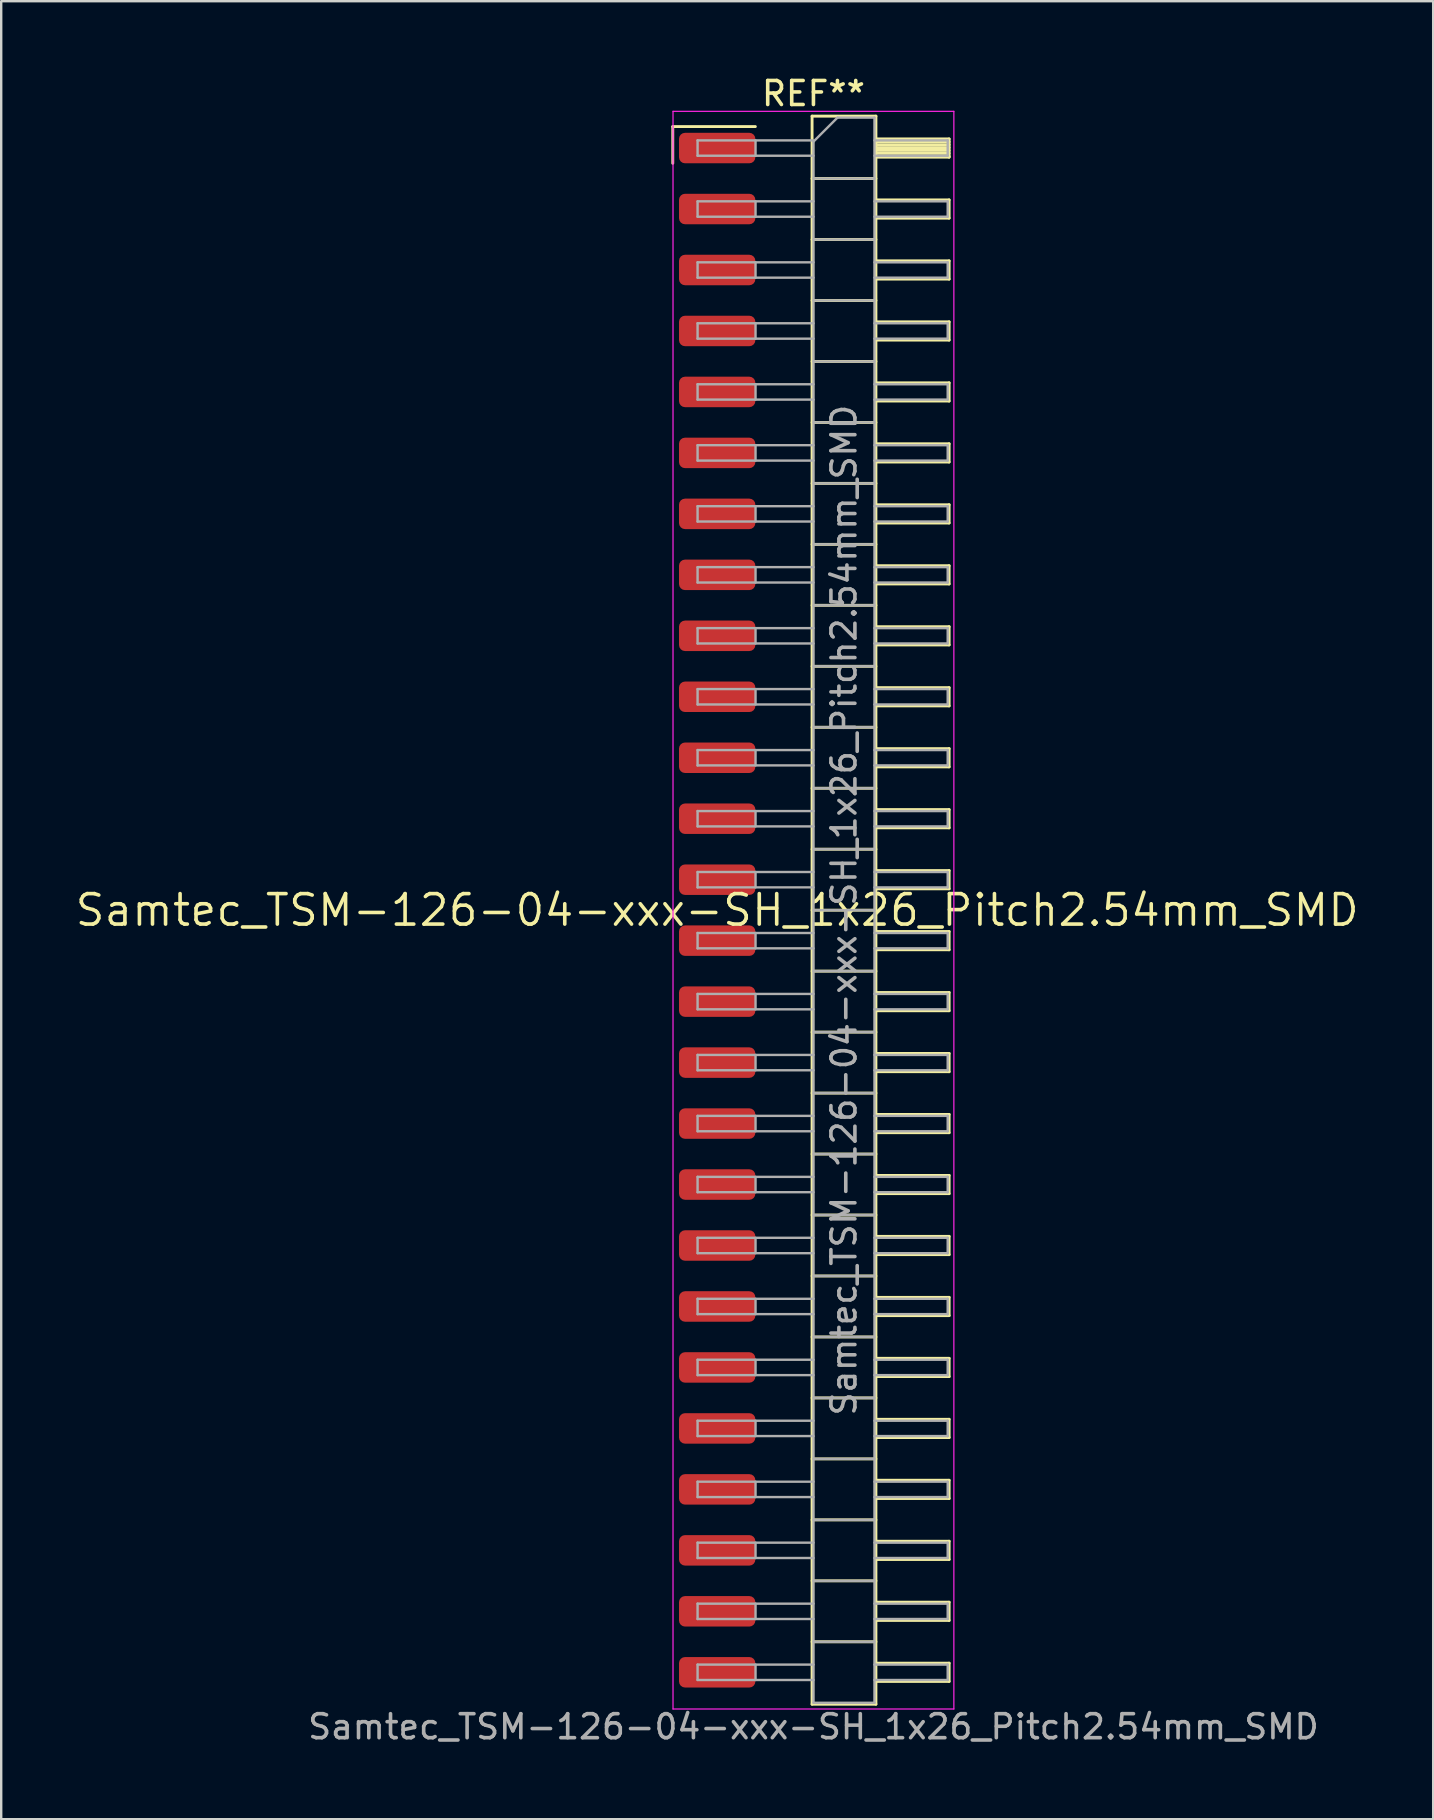
<source format=kicad_pcb>
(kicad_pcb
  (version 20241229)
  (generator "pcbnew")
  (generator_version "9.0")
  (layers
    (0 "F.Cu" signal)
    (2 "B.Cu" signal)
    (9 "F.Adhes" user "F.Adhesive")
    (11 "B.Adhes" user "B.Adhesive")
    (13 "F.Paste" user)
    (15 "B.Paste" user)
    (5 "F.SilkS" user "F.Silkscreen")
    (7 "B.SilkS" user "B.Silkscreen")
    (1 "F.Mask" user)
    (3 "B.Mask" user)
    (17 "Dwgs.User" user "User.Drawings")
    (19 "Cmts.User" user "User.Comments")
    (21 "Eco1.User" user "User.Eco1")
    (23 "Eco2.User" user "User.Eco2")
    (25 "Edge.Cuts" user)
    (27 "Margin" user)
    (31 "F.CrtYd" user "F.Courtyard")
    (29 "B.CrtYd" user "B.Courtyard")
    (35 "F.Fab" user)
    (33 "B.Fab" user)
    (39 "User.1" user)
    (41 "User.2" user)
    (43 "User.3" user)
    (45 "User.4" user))
  (footprint "Samtec_TSM-126-04-xxx-SH_1x26_Pitch2.54mm_SMD"
    (layer "F.Cu")
    (at 26.828 34.868)
    (property "Reference" "Samtec_TSM-126-04-xxx-SH_1x26_Pitch2.54mm_SMD" (at 0 0 0) (layer "F.SilkS") (effects (font (size 1.27 1.27) (thickness 0.15))))
    (attr smd)
    (fp_line (start -1.85 -32.645) (end 1.59 -32.645) (stroke (width 0.12) (type solid)) (layer "F.SilkS"))
    (fp_line (start -1.85 -31.115) (end -1.85 -32.645) (stroke (width 0.12) (type solid)) (layer "F.SilkS"))
    (fp_line (start 3.953 -33.08) (end 6.613 -33.08) (stroke (width 0.12) (type solid)) (layer "F.SilkS"))
    (fp_line (start 3.953 -30.48) (end 6.613 -30.48) (stroke (width 0.12) (type solid)) (layer "F.SilkS"))
    (fp_line (start 3.953 -27.94) (end 6.613 -27.94) (stroke (width 0.12) (type solid)) (layer "F.SilkS"))
    (fp_line (start 3.953 -25.4) (end 6.613 -25.4) (stroke (width 0.12) (type solid)) (layer "F.SilkS"))
    (fp_line (start 3.953 -22.86) (end 6.613 -22.86) (stroke (width 0.12) (type solid)) (layer "F.SilkS"))
    (fp_line (start 3.953 -20.32) (end 6.613 -20.32) (stroke (width 0.12) (type solid)) (layer "F.SilkS"))
    (fp_line (start 3.953 -17.78) (end 6.613 -17.78) (stroke (width 0.12) (type solid)) (layer "F.SilkS"))
    (fp_line (start 3.953 -15.24) (end 6.613 -15.24) (stroke (width 0.12) (type solid)) (layer "F.SilkS"))
    (fp_line (start 3.953 -12.7) (end 6.613 -12.7) (stroke (width 0.12) (type solid)) (layer "F.SilkS"))
    (fp_line (start 3.953 -10.16) (end 6.613 -10.16) (stroke (width 0.12) (type solid)) (layer "F.SilkS"))
    (fp_line (start 3.953 -7.62) (end 6.613 -7.62) (stroke (width 0.12) (type solid)) (layer "F.SilkS"))
    (fp_line (start 3.953 -5.08) (end 6.613 -5.08) (stroke (width 0.12) (type solid)) (layer "F.SilkS"))
    (fp_line (start 3.953 -2.54) (end 6.613 -2.54) (stroke (width 0.12) (type solid)) (layer "F.SilkS"))
    (fp_line (start 3.953 0) (end 6.613 0) (stroke (width 0.12) (type solid)) (layer "F.SilkS"))
    (fp_line (start 3.953 2.54) (end 6.613 2.54) (stroke (width 0.12) (type solid)) (layer "F.SilkS"))
    (fp_line (start 3.953 5.08) (end 6.613 5.08) (stroke (width 0.12) (type solid)) (layer "F.SilkS"))
    (fp_line (start 3.953 7.62) (end 6.613 7.62) (stroke (width 0.12) (type solid)) (layer "F.SilkS"))
    (fp_line (start 3.953 10.16) (end 6.613 10.16) (stroke (width 0.12) (type solid)) (layer "F.SilkS"))
    (fp_line (start 3.953 12.7) (end 6.613 12.7) (stroke (width 0.12) (type solid)) (layer "F.SilkS"))
    (fp_line (start 3.953 15.24) (end 6.613 15.24) (stroke (width 0.12) (type solid)) (layer "F.SilkS"))
    (fp_line (start 3.953 17.78) (end 6.613 17.78) (stroke (width 0.12) (type solid)) (layer "F.SilkS"))
    (fp_line (start 3.953 20.32) (end 6.613 20.32) (stroke (width 0.12) (type solid)) (layer "F.SilkS"))
    (fp_line (start 3.953 22.86) (end 6.613 22.86) (stroke (width 0.12) (type solid)) (layer "F.SilkS"))
    (fp_line (start 3.953 25.4) (end 6.613 25.4) (stroke (width 0.12) (type solid)) (layer "F.SilkS"))
    (fp_line (start 3.953 27.94) (end 6.613 27.94) (stroke (width 0.12) (type solid)) (layer "F.SilkS"))
    (fp_line (start 3.953 30.48) (end 6.613 30.48) (stroke (width 0.12) (type solid)) (layer "F.SilkS"))
    (fp_line (start 3.953 33.08) (end 3.953 -33.08) (stroke (width 0.12) (type solid)) (layer "F.SilkS"))
    (fp_line (start 6.613 -33.08) (end 6.613 33.08) (stroke (width 0.12) (type solid)) (layer "F.SilkS"))
    (fp_line (start 6.613 -32.13) (end 9.663 -32.13) (stroke (width 0.12) (type solid)) (layer "F.SilkS"))
    (fp_line (start 6.613 -32.01) (end 9.663 -32.01) (stroke (width 0.12) (type solid)) (layer "F.SilkS"))
    (fp_line (start 6.613 -31.89) (end 9.663 -31.89) (stroke (width 0.12) (type solid)) (layer "F.SilkS"))
    (fp_line (start 6.613 -31.77) (end 9.663 -31.77) (stroke (width 0.12) (type solid)) (layer "F.SilkS"))
    (fp_line (start 6.613 -31.65) (end 9.663 -31.65) (stroke (width 0.12) (type solid)) (layer "F.SilkS"))
    (fp_line (start 6.613 -31.53) (end 9.663 -31.53) (stroke (width 0.12) (type solid)) (layer "F.SilkS"))
    (fp_line (start 6.613 -31.41) (end 9.663 -31.41) (stroke (width 0.12) (type solid)) (layer "F.SilkS"))
    (fp_line (start 6.613 -31.37) (end 9.663 -31.37) (stroke (width 0.12) (type solid)) (layer "F.SilkS"))
    (fp_line (start 6.613 -29.59) (end 9.663 -29.59) (stroke (width 0.12) (type solid)) (layer "F.SilkS"))
    (fp_line (start 6.613 -28.83) (end 9.663 -28.83) (stroke (width 0.12) (type solid)) (layer "F.SilkS"))
    (fp_line (start 6.613 -27.05) (end 9.663 -27.05) (stroke (width 0.12) (type solid)) (layer "F.SilkS"))
    (fp_line (start 6.613 -26.29) (end 9.663 -26.29) (stroke (width 0.12) (type solid)) (layer "F.SilkS"))
    (fp_line (start 6.613 -24.51) (end 9.663 -24.51) (stroke (width 0.12) (type solid)) (layer "F.SilkS"))
    (fp_line (start 6.613 -23.75) (end 9.663 -23.75) (stroke (width 0.12) (type solid)) (layer "F.SilkS"))
    (fp_line (start 6.613 -21.97) (end 9.663 -21.97) (stroke (width 0.12) (type solid)) (layer "F.SilkS"))
    (fp_line (start 6.613 -21.21) (end 9.663 -21.21) (stroke (width 0.12) (type solid)) (layer "F.SilkS"))
    (fp_line (start 6.613 -19.43) (end 9.663 -19.43) (stroke (width 0.12) (type solid)) (layer "F.SilkS"))
    (fp_line (start 6.613 -18.67) (end 9.663 -18.67) (stroke (width 0.12) (type solid)) (layer "F.SilkS"))
    (fp_line (start 6.613 -16.89) (end 9.663 -16.89) (stroke (width 0.12) (type solid)) (layer "F.SilkS"))
    (fp_line (start 6.613 -16.13) (end 9.663 -16.13) (stroke (width 0.12) (type solid)) (layer "F.SilkS"))
    (fp_line (start 6.613 -14.35) (end 9.663 -14.35) (stroke (width 0.12) (type solid)) (layer "F.SilkS"))
    (fp_line (start 6.613 -13.59) (end 9.663 -13.59) (stroke (width 0.12) (type solid)) (layer "F.SilkS"))
    (fp_line (start 6.613 -11.81) (end 9.663 -11.81) (stroke (width 0.12) (type solid)) (layer "F.SilkS"))
    (fp_line (start 6.613 -11.05) (end 9.663 -11.05) (stroke (width 0.12) (type solid)) (layer "F.SilkS"))
    (fp_line (start 6.613 -9.27) (end 9.663 -9.27) (stroke (width 0.12) (type solid)) (layer "F.SilkS"))
    (fp_line (start 6.613 -8.51) (end 9.663 -8.51) (stroke (width 0.12) (type solid)) (layer "F.SilkS"))
    (fp_line (start 6.613 -6.73) (end 9.663 -6.73) (stroke (width 0.12) (type solid)) (layer "F.SilkS"))
    (fp_line (start 6.613 -5.97) (end 9.663 -5.97) (stroke (width 0.12) (type solid)) (layer "F.SilkS"))
    (fp_line (start 6.613 -4.19) (end 9.663 -4.19) (stroke (width 0.12) (type solid)) (layer "F.SilkS"))
    (fp_line (start 6.613 -3.43) (end 9.663 -3.43) (stroke (width 0.12) (type solid)) (layer "F.SilkS"))
    (fp_line (start 6.613 -1.65) (end 9.663 -1.65) (stroke (width 0.12) (type solid)) (layer "F.SilkS"))
    (fp_line (start 6.613 -0.89) (end 9.663 -0.89) (stroke (width 0.12) (type solid)) (layer "F.SilkS"))
    (fp_line (start 6.613 0.89) (end 9.663 0.89) (stroke (width 0.12) (type solid)) (layer "F.SilkS"))
    (fp_line (start 6.613 1.65) (end 9.663 1.65) (stroke (width 0.12) (type solid)) (layer "F.SilkS"))
    (fp_line (start 6.613 3.43) (end 9.663 3.43) (stroke (width 0.12) (type solid)) (layer "F.SilkS"))
    (fp_line (start 6.613 4.19) (end 9.663 4.19) (stroke (width 0.12) (type solid)) (layer "F.SilkS"))
    (fp_line (start 6.613 5.97) (end 9.663 5.97) (stroke (width 0.12) (type solid)) (layer "F.SilkS"))
    (fp_line (start 6.613 6.73) (end 9.663 6.73) (stroke (width 0.12) (type solid)) (layer "F.SilkS"))
    (fp_line (start 6.613 8.51) (end 9.663 8.51) (stroke (width 0.12) (type solid)) (layer "F.SilkS"))
    (fp_line (start 6.613 9.27) (end 9.663 9.27) (stroke (width 0.12) (type solid)) (layer "F.SilkS"))
    (fp_line (start 6.613 11.05) (end 9.663 11.05) (stroke (width 0.12) (type solid)) (layer "F.SilkS"))
    (fp_line (start 6.613 11.81) (end 9.663 11.81) (stroke (width 0.12) (type solid)) (layer "F.SilkS"))
    (fp_line (start 6.613 13.59) (end 9.663 13.59) (stroke (width 0.12) (type solid)) (layer "F.SilkS"))
    (fp_line (start 6.613 14.35) (end 9.663 14.35) (stroke (width 0.12) (type solid)) (layer "F.SilkS"))
    (fp_line (start 6.613 16.13) (end 9.663 16.13) (stroke (width 0.12) (type solid)) (layer "F.SilkS"))
    (fp_line (start 6.613 16.89) (end 9.663 16.89) (stroke (width 0.12) (type solid)) (layer "F.SilkS"))
    (fp_line (start 6.613 18.67) (end 9.663 18.67) (stroke (width 0.12) (type solid)) (layer "F.SilkS"))
    (fp_line (start 6.613 19.43) (end 9.663 19.43) (stroke (width 0.12) (type solid)) (layer "F.SilkS"))
    (fp_line (start 6.613 21.21) (end 9.663 21.21) (stroke (width 0.12) (type solid)) (layer "F.SilkS"))
    (fp_line (start 6.613 21.97) (end 9.663 21.97) (stroke (width 0.12) (type solid)) (layer "F.SilkS"))
    (fp_line (start 6.613 23.75) (end 9.663 23.75) (stroke (width 0.12) (type solid)) (layer "F.SilkS"))
    (fp_line (start 6.613 24.51) (end 9.663 24.51) (stroke (width 0.12) (type solid)) (layer "F.SilkS"))
    (fp_line (start 6.613 26.29) (end 9.663 26.29) (stroke (width 0.12) (type solid)) (layer "F.SilkS"))
    (fp_line (start 6.613 27.05) (end 9.663 27.05) (stroke (width 0.12) (type solid)) (layer "F.SilkS"))
    (fp_line (start 6.613 28.83) (end 9.663 28.83) (stroke (width 0.12) (type solid)) (layer "F.SilkS"))
    (fp_line (start 6.613 29.59) (end 9.663 29.59) (stroke (width 0.12) (type solid)) (layer "F.SilkS"))
    (fp_line (start 6.613 31.37) (end 9.663 31.37) (stroke (width 0.12) (type solid)) (layer "F.SilkS"))
    (fp_line (start 6.613 32.13) (end 9.663 32.13) (stroke (width 0.12) (type solid)) (layer "F.SilkS"))
    (fp_line (start 6.613 33.08) (end 3.953 33.08) (stroke (width 0.12) (type solid)) (layer "F.SilkS"))
    (fp_line (start 9.663 -32.13) (end 9.663 -31.37) (stroke (width 0.12) (type solid)) (layer "F.SilkS"))
    (fp_line (start 9.663 -29.59) (end 9.663 -28.83) (stroke (width 0.12) (type solid)) (layer "F.SilkS"))
    (fp_line (start 9.663 -27.05) (end 9.663 -26.29) (stroke (width 0.12) (type solid)) (layer "F.SilkS"))
    (fp_line (start 9.663 -24.51) (end 9.663 -23.75) (stroke (width 0.12) (type solid)) (layer "F.SilkS"))
    (fp_line (start 9.663 -21.97) (end 9.663 -21.21) (stroke (width 0.12) (type solid)) (layer "F.SilkS"))
    (fp_line (start 9.663 -19.43) (end 9.663 -18.67) (stroke (width 0.12) (type solid)) (layer "F.SilkS"))
    (fp_line (start 9.663 -16.89) (end 9.663 -16.13) (stroke (width 0.12) (type solid)) (layer "F.SilkS"))
    (fp_line (start 9.663 -14.35) (end 9.663 -13.59) (stroke (width 0.12) (type solid)) (layer "F.SilkS"))
    (fp_line (start 9.663 -11.81) (end 9.663 -11.05) (stroke (width 0.12) (type solid)) (layer "F.SilkS"))
    (fp_line (start 9.663 -9.27) (end 9.663 -8.51) (stroke (width 0.12) (type solid)) (layer "F.SilkS"))
    (fp_line (start 9.663 -6.73) (end 9.663 -5.97) (stroke (width 0.12) (type solid)) (layer "F.SilkS"))
    (fp_line (start 9.663 -4.19) (end 9.663 -3.43) (stroke (width 0.12) (type solid)) (layer "F.SilkS"))
    (fp_line (start 9.663 -1.65) (end 9.663 -0.89) (stroke (width 0.12) (type solid)) (layer "F.SilkS"))
    (fp_line (start 9.663 0.89) (end 9.663 1.65) (stroke (width 0.12) (type solid)) (layer "F.SilkS"))
    (fp_line (start 9.663 3.43) (end 9.663 4.19) (stroke (width 0.12) (type solid)) (layer "F.SilkS"))
    (fp_line (start 9.663 5.97) (end 9.663 6.73) (stroke (width 0.12) (type solid)) (layer "F.SilkS"))
    (fp_line (start 9.663 8.51) (end 9.663 9.27) (stroke (width 0.12) (type solid)) (layer "F.SilkS"))
    (fp_line (start 9.663 11.05) (end 9.663 11.81) (stroke (width 0.12) (type solid)) (layer "F.SilkS"))
    (fp_line (start 9.663 13.59) (end 9.663 14.35) (stroke (width 0.12) (type solid)) (layer "F.SilkS"))
    (fp_line (start 9.663 16.13) (end 9.663 16.89) (stroke (width 0.12) (type solid)) (layer "F.SilkS"))
    (fp_line (start 9.663 18.67) (end 9.663 19.43) (stroke (width 0.12) (type solid)) (layer "F.SilkS"))
    (fp_line (start 9.663 21.21) (end 9.663 21.97) (stroke (width 0.12) (type solid)) (layer "F.SilkS"))
    (fp_line (start 9.663 23.75) (end 9.663 24.51) (stroke (width 0.12) (type solid)) (layer "F.SilkS"))
    (fp_line (start 9.663 26.29) (end 9.663 27.05) (stroke (width 0.12) (type solid)) (layer "F.SilkS"))
    (fp_line (start 9.663 28.83) (end 9.663 29.59) (stroke (width 0.12) (type solid)) (layer "F.SilkS"))
    (fp_line (start 9.663 31.37) (end 9.663 32.13) (stroke (width 0.12) (type solid)) (layer "F.SilkS"))
    (fp_line (start -1.84 -33.28) (end 9.86 -33.28) (stroke (width 0.05) (type solid)) (layer "F.CrtYd"))
    (fp_line (start -1.84 33.28) (end -1.84 -33.28) (stroke (width 0.05) (type solid)) (layer "F.CrtYd"))
    (fp_line (start 9.86 -33.28) (end 9.86 33.28) (stroke (width 0.05) (type solid)) (layer "F.CrtYd"))
    (fp_line (start 9.86 33.28) (end -1.84 33.28) (stroke (width 0.05) (type solid)) (layer "F.CrtYd"))
    (fp_line (start -0.817 -32.07) (end -0.817 -31.43) (stroke (width 0.1) (type solid)) (layer "F.Fab"))
    (fp_line (start -0.817 -32.07) (end 4.013 -32.07) (stroke (width 0.1) (type solid)) (layer "F.Fab"))
    (fp_line (start -0.817 -31.43) (end 4.013 -31.43) (stroke (width 0.1) (type solid)) (layer "F.Fab"))
    (fp_line (start -0.817 -29.53) (end -0.817 -28.89) (stroke (width 0.1) (type solid)) (layer "F.Fab"))
    (fp_line (start -0.817 -29.53) (end 4.013 -29.53) (stroke (width 0.1) (type solid)) (layer "F.Fab"))
    (fp_line (start -0.817 -28.89) (end 4.013 -28.89) (stroke (width 0.1) (type solid)) (layer "F.Fab"))
    (fp_line (start -0.817 -26.99) (end -0.817 -26.35) (stroke (width 0.1) (type solid)) (layer "F.Fab"))
    (fp_line (start -0.817 -26.99) (end 4.013 -26.99) (stroke (width 0.1) (type solid)) (layer "F.Fab"))
    (fp_line (start -0.817 -26.35) (end 4.013 -26.35) (stroke (width 0.1) (type solid)) (layer "F.Fab"))
    (fp_line (start -0.817 -24.45) (end -0.817 -23.81) (stroke (width 0.1) (type solid)) (layer "F.Fab"))
    (fp_line (start -0.817 -24.45) (end 4.013 -24.45) (stroke (width 0.1) (type solid)) (layer "F.Fab"))
    (fp_line (start -0.817 -23.81) (end 4.013 -23.81) (stroke (width 0.1) (type solid)) (layer "F.Fab"))
    (fp_line (start -0.817 -21.91) (end -0.817 -21.27) (stroke (width 0.1) (type solid)) (layer "F.Fab"))
    (fp_line (start -0.817 -21.91) (end 4.013 -21.91) (stroke (width 0.1) (type solid)) (layer "F.Fab"))
    (fp_line (start -0.817 -21.27) (end 4.013 -21.27) (stroke (width 0.1) (type solid)) (layer "F.Fab"))
    (fp_line (start -0.817 -19.37) (end -0.817 -18.73) (stroke (width 0.1) (type solid)) (layer "F.Fab"))
    (fp_line (start -0.817 -19.37) (end 4.013 -19.37) (stroke (width 0.1) (type solid)) (layer "F.Fab"))
    (fp_line (start -0.817 -18.73) (end 4.013 -18.73) (stroke (width 0.1) (type solid)) (layer "F.Fab"))
    (fp_line (start -0.817 -16.83) (end -0.817 -16.19) (stroke (width 0.1) (type solid)) (layer "F.Fab"))
    (fp_line (start -0.817 -16.83) (end 4.013 -16.83) (stroke (width 0.1) (type solid)) (layer "F.Fab"))
    (fp_line (start -0.817 -16.19) (end 4.013 -16.19) (stroke (width 0.1) (type solid)) (layer "F.Fab"))
    (fp_line (start -0.817 -14.29) (end -0.817 -13.65) (stroke (width 0.1) (type solid)) (layer "F.Fab"))
    (fp_line (start -0.817 -14.29) (end 4.013 -14.29) (stroke (width 0.1) (type solid)) (layer "F.Fab"))
    (fp_line (start -0.817 -13.65) (end 4.013 -13.65) (stroke (width 0.1) (type solid)) (layer "F.Fab"))
    (fp_line (start -0.817 -11.75) (end -0.817 -11.11) (stroke (width 0.1) (type solid)) (layer "F.Fab"))
    (fp_line (start -0.817 -11.75) (end 4.013 -11.75) (stroke (width 0.1) (type solid)) (layer "F.Fab"))
    (fp_line (start -0.817 -11.11) (end 4.013 -11.11) (stroke (width 0.1) (type solid)) (layer "F.Fab"))
    (fp_line (start -0.817 -9.21) (end -0.817 -8.57) (stroke (width 0.1) (type solid)) (layer "F.Fab"))
    (fp_line (start -0.817 -9.21) (end 4.013 -9.21) (stroke (width 0.1) (type solid)) (layer "F.Fab"))
    (fp_line (start -0.817 -8.57) (end 4.013 -8.57) (stroke (width 0.1) (type solid)) (layer "F.Fab"))
    (fp_line (start -0.817 -6.67) (end -0.817 -6.03) (stroke (width 0.1) (type solid)) (layer "F.Fab"))
    (fp_line (start -0.817 -6.67) (end 4.013 -6.67) (stroke (width 0.1) (type solid)) (layer "F.Fab"))
    (fp_line (start -0.817 -6.03) (end 4.013 -6.03) (stroke (width 0.1) (type solid)) (layer "F.Fab"))
    (fp_line (start -0.817 -4.13) (end -0.817 -3.49) (stroke (width 0.1) (type solid)) (layer "F.Fab"))
    (fp_line (start -0.817 -4.13) (end 4.013 -4.13) (stroke (width 0.1) (type solid)) (layer "F.Fab"))
    (fp_line (start -0.817 -3.49) (end 4.013 -3.49) (stroke (width 0.1) (type solid)) (layer "F.Fab"))
    (fp_line (start -0.817 -1.59) (end -0.817 -0.95) (stroke (width 0.1) (type solid)) (layer "F.Fab"))
    (fp_line (start -0.817 -1.59) (end 4.013 -1.59) (stroke (width 0.1) (type solid)) (layer "F.Fab"))
    (fp_line (start -0.817 -0.95) (end 4.013 -0.95) (stroke (width 0.1) (type solid)) (layer "F.Fab"))
    (fp_line (start -0.817 0.95) (end -0.817 1.59) (stroke (width 0.1) (type solid)) (layer "F.Fab"))
    (fp_line (start -0.817 0.95) (end 4.013 0.95) (stroke (width 0.1) (type solid)) (layer "F.Fab"))
    (fp_line (start -0.817 1.59) (end 4.013 1.59) (stroke (width 0.1) (type solid)) (layer "F.Fab"))
    (fp_line (start -0.817 3.49) (end -0.817 4.13) (stroke (width 0.1) (type solid)) (layer "F.Fab"))
    (fp_line (start -0.817 3.49) (end 4.013 3.49) (stroke (width 0.1) (type solid)) (layer "F.Fab"))
    (fp_line (start -0.817 4.13) (end 4.013 4.13) (stroke (width 0.1) (type solid)) (layer "F.Fab"))
    (fp_line (start -0.817 6.03) (end -0.817 6.67) (stroke (width 0.1) (type solid)) (layer "F.Fab"))
    (fp_line (start -0.817 6.03) (end 4.013 6.03) (stroke (width 0.1) (type solid)) (layer "F.Fab"))
    (fp_line (start -0.817 6.67) (end 4.013 6.67) (stroke (width 0.1) (type solid)) (layer "F.Fab"))
    (fp_line (start -0.817 8.57) (end -0.817 9.21) (stroke (width 0.1) (type solid)) (layer "F.Fab"))
    (fp_line (start -0.817 8.57) (end 4.013 8.57) (stroke (width 0.1) (type solid)) (layer "F.Fab"))
    (fp_line (start -0.817 9.21) (end 4.013 9.21) (stroke (width 0.1) (type solid)) (layer "F.Fab"))
    (fp_line (start -0.817 11.11) (end -0.817 11.75) (stroke (width 0.1) (type solid)) (layer "F.Fab"))
    (fp_line (start -0.817 11.11) (end 4.013 11.11) (stroke (width 0.1) (type solid)) (layer "F.Fab"))
    (fp_line (start -0.817 11.75) (end 4.013 11.75) (stroke (width 0.1) (type solid)) (layer "F.Fab"))
    (fp_line (start -0.817 13.65) (end -0.817 14.29) (stroke (width 0.1) (type solid)) (layer "F.Fab"))
    (fp_line (start -0.817 13.65) (end 4.013 13.65) (stroke (width 0.1) (type solid)) (layer "F.Fab"))
    (fp_line (start -0.817 14.29) (end 4.013 14.29) (stroke (width 0.1) (type solid)) (layer "F.Fab"))
    (fp_line (start -0.817 16.19) (end -0.817 16.83) (stroke (width 0.1) (type solid)) (layer "F.Fab"))
    (fp_line (start -0.817 16.19) (end 4.013 16.19) (stroke (width 0.1) (type solid)) (layer "F.Fab"))
    (fp_line (start -0.817 16.83) (end 4.013 16.83) (stroke (width 0.1) (type solid)) (layer "F.Fab"))
    (fp_line (start -0.817 18.73) (end -0.817 19.37) (stroke (width 0.1) (type solid)) (layer "F.Fab"))
    (fp_line (start -0.817 18.73) (end 4.013 18.73) (stroke (width 0.1) (type solid)) (layer "F.Fab"))
    (fp_line (start -0.817 19.37) (end 4.013 19.37) (stroke (width 0.1) (type solid)) (layer "F.Fab"))
    (fp_line (start -0.817 21.27) (end -0.817 21.91) (stroke (width 0.1) (type solid)) (layer "F.Fab"))
    (fp_line (start -0.817 21.27) (end 4.013 21.27) (stroke (width 0.1) (type solid)) (layer "F.Fab"))
    (fp_line (start -0.817 21.91) (end 4.013 21.91) (stroke (width 0.1) (type solid)) (layer "F.Fab"))
    (fp_line (start -0.817 23.81) (end -0.817 24.45) (stroke (width 0.1) (type solid)) (layer "F.Fab"))
    (fp_line (start -0.817 23.81) (end 4.013 23.81) (stroke (width 0.1) (type solid)) (layer "F.Fab"))
    (fp_line (start -0.817 24.45) (end 4.013 24.45) (stroke (width 0.1) (type solid)) (layer "F.Fab"))
    (fp_line (start -0.817 26.35) (end -0.817 26.99) (stroke (width 0.1) (type solid)) (layer "F.Fab"))
    (fp_line (start -0.817 26.35) (end 4.013 26.35) (stroke (width 0.1) (type solid)) (layer "F.Fab"))
    (fp_line (start -0.817 26.99) (end 4.013 26.99) (stroke (width 0.1) (type solid)) (layer "F.Fab"))
    (fp_line (start -0.817 28.89) (end -0.817 29.53) (stroke (width 0.1) (type solid)) (layer "F.Fab"))
    (fp_line (start -0.817 28.89) (end 4.013 28.89) (stroke (width 0.1) (type solid)) (layer "F.Fab"))
    (fp_line (start -0.817 29.53) (end 4.013 29.53) (stroke (width 0.1) (type solid)) (layer "F.Fab"))
    (fp_line (start -0.817 31.43) (end -0.817 32.07) (stroke (width 0.1) (type solid)) (layer "F.Fab"))
    (fp_line (start -0.817 31.43) (end 4.013 31.43) (stroke (width 0.1) (type solid)) (layer "F.Fab"))
    (fp_line (start -0.817 32.07) (end 4.013 32.07) (stroke (width 0.1) (type solid)) (layer "F.Fab"))
    (fp_line (start 1.598 -32.07) (end 1.598 -31.43) (stroke (width 0.1) (type solid)) (layer "F.Fab"))
    (fp_line (start 1.598 -29.53) (end 1.598 -28.89) (stroke (width 0.1) (type solid)) (layer "F.Fab"))
    (fp_line (start 1.598 -26.99) (end 1.598 -26.35) (stroke (width 0.1) (type solid)) (layer "F.Fab"))
    (fp_line (start 1.598 -24.45) (end 1.598 -23.81) (stroke (width 0.1) (type solid)) (layer "F.Fab"))
    (fp_line (start 1.598 -21.91) (end 1.598 -21.27) (stroke (width 0.1) (type solid)) (layer "F.Fab"))
    (fp_line (start 1.598 -19.37) (end 1.598 -18.73) (stroke (width 0.1) (type solid)) (layer "F.Fab"))
    (fp_line (start 1.598 -16.83) (end 1.598 -16.19) (stroke (width 0.1) (type solid)) (layer "F.Fab"))
    (fp_line (start 1.598 -14.29) (end 1.598 -13.65) (stroke (width 0.1) (type solid)) (layer "F.Fab"))
    (fp_line (start 1.598 -11.75) (end 1.598 -11.11) (stroke (width 0.1) (type solid)) (layer "F.Fab"))
    (fp_line (start 1.598 -9.21) (end 1.598 -8.57) (stroke (width 0.1) (type solid)) (layer "F.Fab"))
    (fp_line (start 1.598 -6.67) (end 1.598 -6.03) (stroke (width 0.1) (type solid)) (layer "F.Fab"))
    (fp_line (start 1.598 -4.13) (end 1.598 -3.49) (stroke (width 0.1) (type solid)) (layer "F.Fab"))
    (fp_line (start 1.598 -1.59) (end 1.598 -0.95) (stroke (width 0.1) (type solid)) (layer "F.Fab"))
    (fp_line (start 1.598 0.95) (end 1.598 1.59) (stroke (width 0.1) (type solid)) (layer "F.Fab"))
    (fp_line (start 1.598 3.49) (end 1.598 4.13) (stroke (width 0.1) (type solid)) (layer "F.Fab"))
    (fp_line (start 1.598 6.03) (end 1.598 6.67) (stroke (width 0.1) (type solid)) (layer "F.Fab"))
    (fp_line (start 1.598 8.57) (end 1.598 9.21) (stroke (width 0.1) (type solid)) (layer "F.Fab"))
    (fp_line (start 1.598 11.11) (end 1.598 11.75) (stroke (width 0.1) (type solid)) (layer "F.Fab"))
    (fp_line (start 1.598 13.65) (end 1.598 14.29) (stroke (width 0.1) (type solid)) (layer "F.Fab"))
    (fp_line (start 1.598 16.19) (end 1.598 16.83) (stroke (width 0.1) (type solid)) (layer "F.Fab"))
    (fp_line (start 1.598 18.73) (end 1.598 19.37) (stroke (width 0.1) (type solid)) (layer "F.Fab"))
    (fp_line (start 1.598 21.27) (end 1.598 21.91) (stroke (width 0.1) (type solid)) (layer "F.Fab"))
    (fp_line (start 1.598 23.81) (end 1.598 24.45) (stroke (width 0.1) (type solid)) (layer "F.Fab"))
    (fp_line (start 1.598 26.35) (end 1.598 26.99) (stroke (width 0.1) (type solid)) (layer "F.Fab"))
    (fp_line (start 1.598 28.89) (end 1.598 29.53) (stroke (width 0.1) (type solid)) (layer "F.Fab"))
    (fp_line (start 1.598 31.43) (end 1.598 32.07) (stroke (width 0.1) (type solid)) (layer "F.Fab"))
    (fp_line (start 4.013 -32.02) (end 5.013 -33.02) (stroke (width 0.1) (type solid)) (layer "F.Fab"))
    (fp_line (start 4.013 -30.48) (end 6.553 -30.48) (stroke (width 0.1) (type solid)) (layer "F.Fab"))
    (fp_line (start 4.013 -27.94) (end 6.553 -27.94) (stroke (width 0.1) (type solid)) (layer "F.Fab"))
    (fp_line (start 4.013 -25.4) (end 6.553 -25.4) (stroke (width 0.1) (type solid)) (layer "F.Fab"))
    (fp_line (start 4.013 -22.86) (end 6.553 -22.86) (stroke (width 0.1) (type solid)) (layer "F.Fab"))
    (fp_line (start 4.013 -20.32) (end 6.553 -20.32) (stroke (width 0.1) (type solid)) (layer "F.Fab"))
    (fp_line (start 4.013 -17.78) (end 6.553 -17.78) (stroke (width 0.1) (type solid)) (layer "F.Fab"))
    (fp_line (start 4.013 -15.24) (end 6.553 -15.24) (stroke (width 0.1) (type solid)) (layer "F.Fab"))
    (fp_line (start 4.013 -12.7) (end 6.553 -12.7) (stroke (width 0.1) (type solid)) (layer "F.Fab"))
    (fp_line (start 4.013 -10.16) (end 6.553 -10.16) (stroke (width 0.1) (type solid)) (layer "F.Fab"))
    (fp_line (start 4.013 -7.62) (end 6.553 -7.62) (stroke (width 0.1) (type solid)) (layer "F.Fab"))
    (fp_line (start 4.013 -5.08) (end 6.553 -5.08) (stroke (width 0.1) (type solid)) (layer "F.Fab"))
    (fp_line (start 4.013 -2.54) (end 6.553 -2.54) (stroke (width 0.1) (type solid)) (layer "F.Fab"))
    (fp_line (start 4.013 0) (end 6.553 0) (stroke (width 0.1) (type solid)) (layer "F.Fab"))
    (fp_line (start 4.013 2.54) (end 6.553 2.54) (stroke (width 0.1) (type solid)) (layer "F.Fab"))
    (fp_line (start 4.013 5.08) (end 6.553 5.08) (stroke (width 0.1) (type solid)) (layer "F.Fab"))
    (fp_line (start 4.013 7.62) (end 6.553 7.62) (stroke (width 0.1) (type solid)) (layer "F.Fab"))
    (fp_line (start 4.013 10.16) (end 6.553 10.16) (stroke (width 0.1) (type solid)) (layer "F.Fab"))
    (fp_line (start 4.013 12.7) (end 6.553 12.7) (stroke (width 0.1) (type solid)) (layer "F.Fab"))
    (fp_line (start 4.013 15.24) (end 6.553 15.24) (stroke (width 0.1) (type solid)) (layer "F.Fab"))
    (fp_line (start 4.013 17.78) (end 6.553 17.78) (stroke (width 0.1) (type solid)) (layer "F.Fab"))
    (fp_line (start 4.013 20.32) (end 6.553 20.32) (stroke (width 0.1) (type solid)) (layer "F.Fab"))
    (fp_line (start 4.013 22.86) (end 6.553 22.86) (stroke (width 0.1) (type solid)) (layer "F.Fab"))
    (fp_line (start 4.013 25.4) (end 6.553 25.4) (stroke (width 0.1) (type solid)) (layer "F.Fab"))
    (fp_line (start 4.013 27.94) (end 6.553 27.94) (stroke (width 0.1) (type solid)) (layer "F.Fab"))
    (fp_line (start 4.013 30.48) (end 6.553 30.48) (stroke (width 0.1) (type solid)) (layer "F.Fab"))
    (fp_line (start 4.013 33.02) (end 4.013 -32.02) (stroke (width 0.1) (type solid)) (layer "F.Fab"))
    (fp_line (start 5.013 -33.02) (end 6.553 -33.02) (stroke (width 0.1) (type solid)) (layer "F.Fab"))
    (fp_line (start 6.553 -33.02) (end 6.553 33.02) (stroke (width 0.1) (type solid)) (layer "F.Fab"))
    (fp_line (start 6.553 -32.07) (end 9.603 -32.07) (stroke (width 0.1) (type solid)) (layer "F.Fab"))
    (fp_line (start 6.553 -31.43) (end 9.603 -31.43) (stroke (width 0.1) (type solid)) (layer "F.Fab"))
    (fp_line (start 6.553 -29.53) (end 9.603 -29.53) (stroke (width 0.1) (type solid)) (layer "F.Fab"))
    (fp_line (start 6.553 -28.89) (end 9.603 -28.89) (stroke (width 0.1) (type solid)) (layer "F.Fab"))
    (fp_line (start 6.553 -26.99) (end 9.603 -26.99) (stroke (width 0.1) (type solid)) (layer "F.Fab"))
    (fp_line (start 6.553 -26.35) (end 9.603 -26.35) (stroke (width 0.1) (type solid)) (layer "F.Fab"))
    (fp_line (start 6.553 -24.45) (end 9.603 -24.45) (stroke (width 0.1) (type solid)) (layer "F.Fab"))
    (fp_line (start 6.553 -23.81) (end 9.603 -23.81) (stroke (width 0.1) (type solid)) (layer "F.Fab"))
    (fp_line (start 6.553 -21.91) (end 9.603 -21.91) (stroke (width 0.1) (type solid)) (layer "F.Fab"))
    (fp_line (start 6.553 -21.27) (end 9.603 -21.27) (stroke (width 0.1) (type solid)) (layer "F.Fab"))
    (fp_line (start 6.553 -19.37) (end 9.603 -19.37) (stroke (width 0.1) (type solid)) (layer "F.Fab"))
    (fp_line (start 6.553 -18.73) (end 9.603 -18.73) (stroke (width 0.1) (type solid)) (layer "F.Fab"))
    (fp_line (start 6.553 -16.83) (end 9.603 -16.83) (stroke (width 0.1) (type solid)) (layer "F.Fab"))
    (fp_line (start 6.553 -16.19) (end 9.603 -16.19) (stroke (width 0.1) (type solid)) (layer "F.Fab"))
    (fp_line (start 6.553 -14.29) (end 9.603 -14.29) (stroke (width 0.1) (type solid)) (layer "F.Fab"))
    (fp_line (start 6.553 -13.65) (end 9.603 -13.65) (stroke (width 0.1) (type solid)) (layer "F.Fab"))
    (fp_line (start 6.553 -11.75) (end 9.603 -11.75) (stroke (width 0.1) (type solid)) (layer "F.Fab"))
    (fp_line (start 6.553 -11.11) (end 9.603 -11.11) (stroke (width 0.1) (type solid)) (layer "F.Fab"))
    (fp_line (start 6.553 -9.21) (end 9.603 -9.21) (stroke (width 0.1) (type solid)) (layer "F.Fab"))
    (fp_line (start 6.553 -8.57) (end 9.603 -8.57) (stroke (width 0.1) (type solid)) (layer "F.Fab"))
    (fp_line (start 6.553 -6.67) (end 9.603 -6.67) (stroke (width 0.1) (type solid)) (layer "F.Fab"))
    (fp_line (start 6.553 -6.03) (end 9.603 -6.03) (stroke (width 0.1) (type solid)) (layer "F.Fab"))
    (fp_line (start 6.553 -4.13) (end 9.603 -4.13) (stroke (width 0.1) (type solid)) (layer "F.Fab"))
    (fp_line (start 6.553 -3.49) (end 9.603 -3.49) (stroke (width 0.1) (type solid)) (layer "F.Fab"))
    (fp_line (start 6.553 -1.59) (end 9.603 -1.59) (stroke (width 0.1) (type solid)) (layer "F.Fab"))
    (fp_line (start 6.553 -0.95) (end 9.603 -0.95) (stroke (width 0.1) (type solid)) (layer "F.Fab"))
    (fp_line (start 6.553 0.95) (end 9.603 0.95) (stroke (width 0.1) (type solid)) (layer "F.Fab"))
    (fp_line (start 6.553 1.59) (end 9.603 1.59) (stroke (width 0.1) (type solid)) (layer "F.Fab"))
    (fp_line (start 6.553 3.49) (end 9.603 3.49) (stroke (width 0.1) (type solid)) (layer "F.Fab"))
    (fp_line (start 6.553 4.13) (end 9.603 4.13) (stroke (width 0.1) (type solid)) (layer "F.Fab"))
    (fp_line (start 6.553 6.03) (end 9.603 6.03) (stroke (width 0.1) (type solid)) (layer "F.Fab"))
    (fp_line (start 6.553 6.67) (end 9.603 6.67) (stroke (width 0.1) (type solid)) (layer "F.Fab"))
    (fp_line (start 6.553 8.57) (end 9.603 8.57) (stroke (width 0.1) (type solid)) (layer "F.Fab"))
    (fp_line (start 6.553 9.21) (end 9.603 9.21) (stroke (width 0.1) (type solid)) (layer "F.Fab"))
    (fp_line (start 6.553 11.11) (end 9.603 11.11) (stroke (width 0.1) (type solid)) (layer "F.Fab"))
    (fp_line (start 6.553 11.75) (end 9.603 11.75) (stroke (width 0.1) (type solid)) (layer "F.Fab"))
    (fp_line (start 6.553 13.65) (end 9.603 13.65) (stroke (width 0.1) (type solid)) (layer "F.Fab"))
    (fp_line (start 6.553 14.29) (end 9.603 14.29) (stroke (width 0.1) (type solid)) (layer "F.Fab"))
    (fp_line (start 6.553 16.19) (end 9.603 16.19) (stroke (width 0.1) (type solid)) (layer "F.Fab"))
    (fp_line (start 6.553 16.83) (end 9.603 16.83) (stroke (width 0.1) (type solid)) (layer "F.Fab"))
    (fp_line (start 6.553 18.73) (end 9.603 18.73) (stroke (width 0.1) (type solid)) (layer "F.Fab"))
    (fp_line (start 6.553 19.37) (end 9.603 19.37) (stroke (width 0.1) (type solid)) (layer "F.Fab"))
    (fp_line (start 6.553 21.27) (end 9.603 21.27) (stroke (width 0.1) (type solid)) (layer "F.Fab"))
    (fp_line (start 6.553 21.91) (end 9.603 21.91) (stroke (width 0.1) (type solid)) (layer "F.Fab"))
    (fp_line (start 6.553 23.81) (end 9.603 23.81) (stroke (width 0.1) (type solid)) (layer "F.Fab"))
    (fp_line (start 6.553 24.45) (end 9.603 24.45) (stroke (width 0.1) (type solid)) (layer "F.Fab"))
    (fp_line (start 6.553 26.35) (end 9.603 26.35) (stroke (width 0.1) (type solid)) (layer "F.Fab"))
    (fp_line (start 6.553 26.99) (end 9.603 26.99) (stroke (width 0.1) (type solid)) (layer "F.Fab"))
    (fp_line (start 6.553 28.89) (end 9.603 28.89) (stroke (width 0.1) (type solid)) (layer "F.Fab"))
    (fp_line (start 6.553 29.53) (end 9.603 29.53) (stroke (width 0.1) (type solid)) (layer "F.Fab"))
    (fp_line (start 6.553 31.43) (end 9.603 31.43) (stroke (width 0.1) (type solid)) (layer "F.Fab"))
    (fp_line (start 6.553 32.07) (end 9.603 32.07) (stroke (width 0.1) (type solid)) (layer "F.Fab"))
    (fp_line (start 6.553 33.02) (end 4.013 33.02) (stroke (width 0.1) (type solid)) (layer "F.Fab"))
    (fp_line (start 9.603 -32.07) (end 9.603 -31.43) (stroke (width 0.1) (type solid)) (layer "F.Fab"))
    (fp_line (start 9.603 -29.53) (end 9.603 -28.89) (stroke (width 0.1) (type solid)) (layer "F.Fab"))
    (fp_line (start 9.603 -26.99) (end 9.603 -26.35) (stroke (width 0.1) (type solid)) (layer "F.Fab"))
    (fp_line (start 9.603 -24.45) (end 9.603 -23.81) (stroke (width 0.1) (type solid)) (layer "F.Fab"))
    (fp_line (start 9.603 -21.91) (end 9.603 -21.27) (stroke (width 0.1) (type solid)) (layer "F.Fab"))
    (fp_line (start 9.603 -19.37) (end 9.603 -18.73) (stroke (width 0.1) (type solid)) (layer "F.Fab"))
    (fp_line (start 9.603 -16.83) (end 9.603 -16.19) (stroke (width 0.1) (type solid)) (layer "F.Fab"))
    (fp_line (start 9.603 -14.29) (end 9.603 -13.65) (stroke (width 0.1) (type solid)) (layer "F.Fab"))
    (fp_line (start 9.603 -11.75) (end 9.603 -11.11) (stroke (width 0.1) (type solid)) (layer "F.Fab"))
    (fp_line (start 9.603 -9.21) (end 9.603 -8.57) (stroke (width 0.1) (type solid)) (layer "F.Fab"))
    (fp_line (start 9.603 -6.67) (end 9.603 -6.03) (stroke (width 0.1) (type solid)) (layer "F.Fab"))
    (fp_line (start 9.603 -4.13) (end 9.603 -3.49) (stroke (width 0.1) (type solid)) (layer "F.Fab"))
    (fp_line (start 9.603 -1.59) (end 9.603 -0.95) (stroke (width 0.1) (type solid)) (layer "F.Fab"))
    (fp_line (start 9.603 0.95) (end 9.603 1.59) (stroke (width 0.1) (type solid)) (layer "F.Fab"))
    (fp_line (start 9.603 3.49) (end 9.603 4.13) (stroke (width 0.1) (type solid)) (layer "F.Fab"))
    (fp_line (start 9.603 6.03) (end 9.603 6.67) (stroke (width 0.1) (type solid)) (layer "F.Fab"))
    (fp_line (start 9.603 8.57) (end 9.603 9.21) (stroke (width 0.1) (type solid)) (layer "F.Fab"))
    (fp_line (start 9.603 11.11) (end 9.603 11.75) (stroke (width 0.1) (type solid)) (layer "F.Fab"))
    (fp_line (start 9.603 13.65) (end 9.603 14.29) (stroke (width 0.1) (type solid)) (layer "F.Fab"))
    (fp_line (start 9.603 16.19) (end 9.603 16.83) (stroke (width 0.1) (type solid)) (layer "F.Fab"))
    (fp_line (start 9.603 18.73) (end 9.603 19.37) (stroke (width 0.1) (type solid)) (layer "F.Fab"))
    (fp_line (start 9.603 21.27) (end 9.603 21.91) (stroke (width 0.1) (type solid)) (layer "F.Fab"))
    (fp_line (start 9.603 23.81) (end 9.603 24.45) (stroke (width 0.1) (type solid)) (layer "F.Fab"))
    (fp_line (start 9.603 26.35) (end 9.603 26.99) (stroke (width 0.1) (type solid)) (layer "F.Fab"))
    (fp_line (start 9.603 28.89) (end 9.603 29.53) (stroke (width 0.1) (type solid)) (layer "F.Fab"))
    (fp_line (start 9.603 31.43) (end 9.603 32.07) (stroke (width 0.1) (type solid)) (layer "F.Fab"))
    (fp_text user "REF**" (at 4.01 -34.02 0) (layer "F.SilkS") (effects (font (size 1 1) (thickness 0.15))))
    (fp_text user "${REFERENCE}" (at 5.283 0 90) (layer "F.Fab") (effects (font (size 1 1) (thickness 0.15))))
    (fp_text user "Samtec_TSM-126-04-xxx-SH_1x26_Pitch2.54mm_SMD" (at 4.01 34.02 0) (layer "F.Fab") (effects (font (size 1 1) (thickness 0.15))))
    (pad "1" smd roundrect (at 0 -31.75) (size 3.18 1.27) (layers "F.Cu" "F.Mask" "F.Paste") (roundrect_rratio 0.197))
    (pad "2" smd roundrect (at 0 -29.21) (size 3.18 1.27) (layers "F.Cu" "F.Mask" "F.Paste") (roundrect_rratio 0.197))
    (pad "3" smd roundrect (at 0 -26.67) (size 3.18 1.27) (layers "F.Cu" "F.Mask" "F.Paste") (roundrect_rratio 0.197))
    (pad "4" smd roundrect (at 0 -24.13) (size 3.18 1.27) (layers "F.Cu" "F.Mask" "F.Paste") (roundrect_rratio 0.197))
    (pad "5" smd roundrect (at 0 -21.59) (size 3.18 1.27) (layers "F.Cu" "F.Mask" "F.Paste") (roundrect_rratio 0.197))
    (pad "6" smd roundrect (at 0 -19.05) (size 3.18 1.27) (layers "F.Cu" "F.Mask" "F.Paste") (roundrect_rratio 0.197))
    (pad "7" smd roundrect (at 0 -16.51) (size 3.18 1.27) (layers "F.Cu" "F.Mask" "F.Paste") (roundrect_rratio 0.197))
    (pad "8" smd roundrect (at 0 -13.97) (size 3.18 1.27) (layers "F.Cu" "F.Mask" "F.Paste") (roundrect_rratio 0.197))
    (pad "9" smd roundrect (at 0 -11.43) (size 3.18 1.27) (layers "F.Cu" "F.Mask" "F.Paste") (roundrect_rratio 0.197))
    (pad "10" smd roundrect (at 0 -8.89) (size 3.18 1.27) (layers "F.Cu" "F.Mask" "F.Paste") (roundrect_rratio 0.197))
    (pad "11" smd roundrect (at 0 -6.35) (size 3.18 1.27) (layers "F.Cu" "F.Mask" "F.Paste") (roundrect_rratio 0.197))
    (pad "12" smd roundrect (at 0 -3.81) (size 3.18 1.27) (layers "F.Cu" "F.Mask" "F.Paste") (roundrect_rratio 0.197))
    (pad "13" smd roundrect (at 0 -1.27) (size 3.18 1.27) (layers "F.Cu" "F.Mask" "F.Paste") (roundrect_rratio 0.197))
    (pad "14" smd roundrect (at 0 1.27) (size 3.18 1.27) (layers "F.Cu" "F.Mask" "F.Paste") (roundrect_rratio 0.197))
    (pad "15" smd roundrect (at 0 3.81) (size 3.18 1.27) (layers "F.Cu" "F.Mask" "F.Paste") (roundrect_rratio 0.197))
    (pad "16" smd roundrect (at 0 6.35) (size 3.18 1.27) (layers "F.Cu" "F.Mask" "F.Paste") (roundrect_rratio 0.197))
    (pad "17" smd roundrect (at 0 8.89) (size 3.18 1.27) (layers "F.Cu" "F.Mask" "F.Paste") (roundrect_rratio 0.197))
    (pad "18" smd roundrect (at 0 11.43) (size 3.18 1.27) (layers "F.Cu" "F.Mask" "F.Paste") (roundrect_rratio 0.197))
    (pad "19" smd roundrect (at 0 13.97) (size 3.18 1.27) (layers "F.Cu" "F.Mask" "F.Paste") (roundrect_rratio 0.197))
    (pad "20" smd roundrect (at 0 16.51) (size 3.18 1.27) (layers "F.Cu" "F.Mask" "F.Paste") (roundrect_rratio 0.197))
    (pad "21" smd roundrect (at 0 19.05) (size 3.18 1.27) (layers "F.Cu" "F.Mask" "F.Paste") (roundrect_rratio 0.197))
    (pad "22" smd roundrect (at 0 21.59) (size 3.18 1.27) (layers "F.Cu" "F.Mask" "F.Paste") (roundrect_rratio 0.197))
    (pad "23" smd roundrect (at 0 24.13) (size 3.18 1.27) (layers "F.Cu" "F.Mask" "F.Paste") (roundrect_rratio 0.197))
    (pad "24" smd roundrect (at 0 26.67) (size 3.18 1.27) (layers "F.Cu" "F.Mask" "F.Paste") (roundrect_rratio 0.197))
    (pad "25" smd roundrect (at 0 29.21) (size 3.18 1.27) (layers "F.Cu" "F.Mask" "F.Paste") (roundrect_rratio 0.197))
    (pad "26" smd roundrect (at 0 31.75) (size 3.18 1.27) (layers "F.Cu" "F.Mask" "F.Paste") (roundrect_rratio 0.197)))
  (gr_rect
    (start -3 -3)
    (end 56.657 72.737)
    (stroke (width 0.1) (type default))
    (fill no)
    (layer "Edge.Cuts")))
</source>
